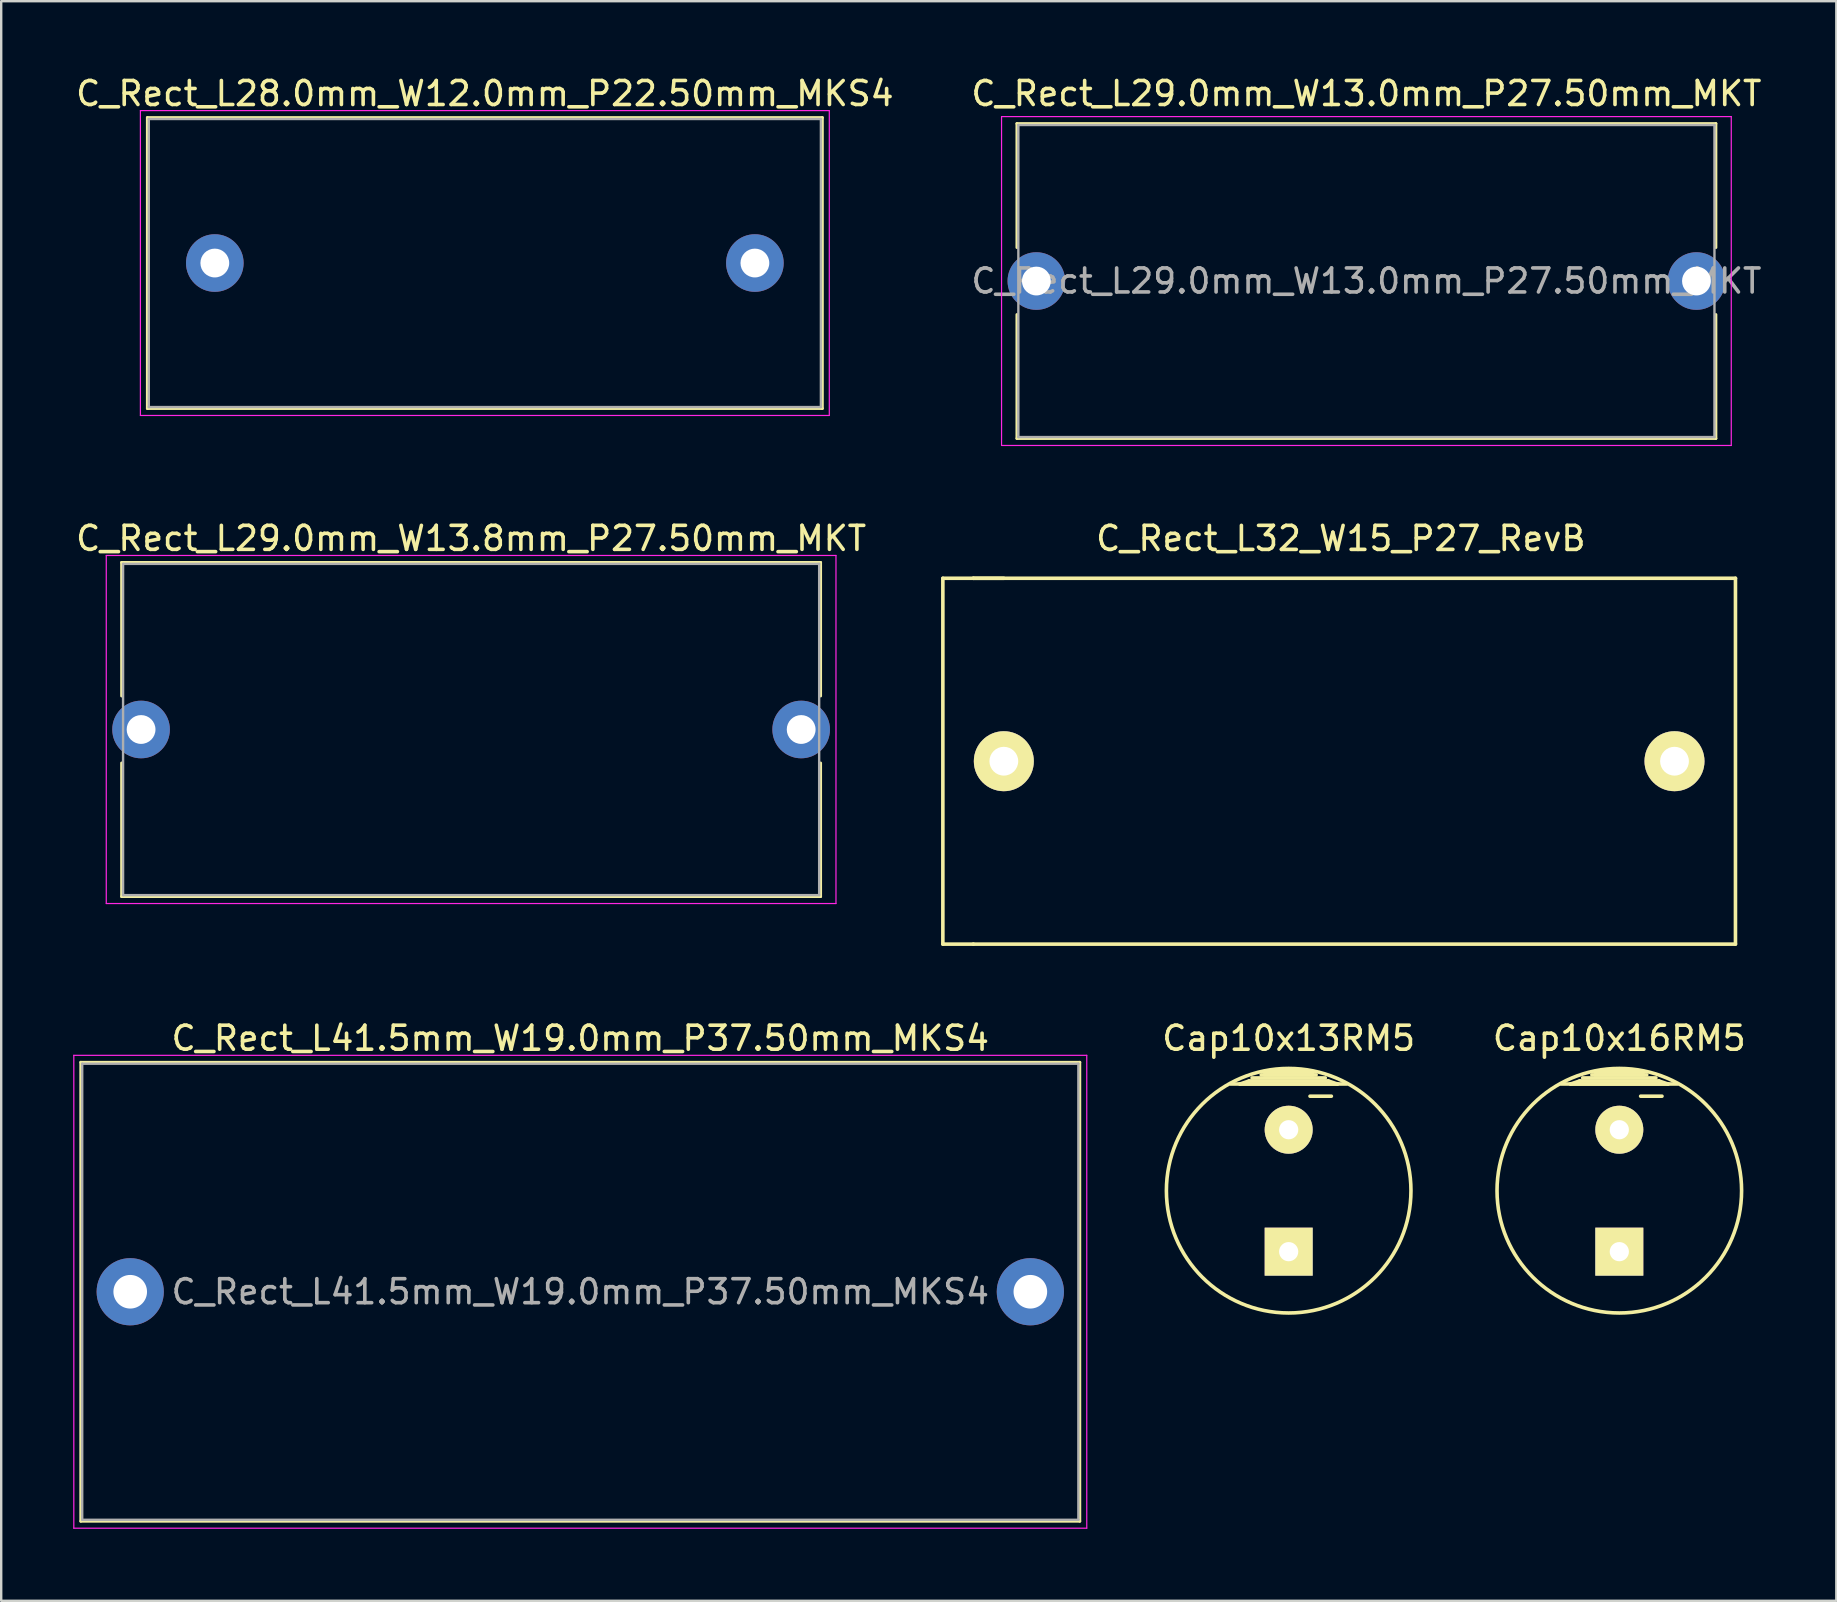
<source format=kicad_pcb>
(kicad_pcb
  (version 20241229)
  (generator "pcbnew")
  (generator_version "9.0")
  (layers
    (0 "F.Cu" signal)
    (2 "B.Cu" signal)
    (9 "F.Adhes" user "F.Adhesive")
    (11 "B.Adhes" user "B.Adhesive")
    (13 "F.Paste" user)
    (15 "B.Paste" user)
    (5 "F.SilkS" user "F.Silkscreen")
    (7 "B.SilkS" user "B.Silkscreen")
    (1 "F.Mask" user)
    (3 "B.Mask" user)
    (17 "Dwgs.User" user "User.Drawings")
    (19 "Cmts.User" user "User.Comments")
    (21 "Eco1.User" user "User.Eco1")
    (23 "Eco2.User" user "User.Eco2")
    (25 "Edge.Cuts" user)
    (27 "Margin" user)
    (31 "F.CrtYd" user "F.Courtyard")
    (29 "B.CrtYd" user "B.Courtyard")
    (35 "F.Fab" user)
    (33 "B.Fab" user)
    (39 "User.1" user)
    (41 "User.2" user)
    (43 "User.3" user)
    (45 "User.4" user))
  (footprint "C_Rect_L41.5mm_W19.0mm_P37.50mm_MKS4"
    (layer "F.Cu")
    (at 2.375 50.765)
    (property "Reference" "C_Rect_L41.5mm_W19.0mm_P37.50mm_MKS4" (at 18.75 -10.56 0) (layer "F.SilkS") (effects (font (size 1 1) (thickness 0.15))))
    (attr through_hole)
    (fp_line (start -2.06 -9.56) (end -2.06 9.56) (stroke (width 0.12) (type solid)) (layer "F.SilkS"))
    (fp_line (start -2.06 -9.56) (end 39.56 -9.56) (stroke (width 0.12) (type solid)) (layer "F.SilkS"))
    (fp_line (start -2.06 9.56) (end 39.56 9.56) (stroke (width 0.12) (type solid)) (layer "F.SilkS"))
    (fp_line (start 39.56 -9.56) (end 39.56 9.56) (stroke (width 0.12) (type solid)) (layer "F.SilkS"))
    (fp_line (start -2.35 -9.85) (end -2.35 9.85) (stroke (width 0.05) (type solid)) (layer "F.CrtYd"))
    (fp_line (start -2.35 9.85) (end 39.85 9.85) (stroke (width 0.05) (type solid)) (layer "F.CrtYd"))
    (fp_line (start 39.85 -9.85) (end -2.35 -9.85) (stroke (width 0.05) (type solid)) (layer "F.CrtYd"))
    (fp_line (start 39.85 9.85) (end 39.85 -9.85) (stroke (width 0.05) (type solid)) (layer "F.CrtYd"))
    (fp_line (start -2 -9.5) (end -2 9.5) (stroke (width 0.1) (type solid)) (layer "F.Fab"))
    (fp_line (start -2 9.5) (end 39.5 9.5) (stroke (width 0.1) (type solid)) (layer "F.Fab"))
    (fp_line (start 39.5 -9.5) (end -2 -9.5) (stroke (width 0.1) (type solid)) (layer "F.Fab"))
    (fp_line (start 39.5 9.5) (end 39.5 -9.5) (stroke (width 0.1) (type solid)) (layer "F.Fab"))
    (fp_text user "${REFERENCE}" (at 18.75 0 0) (layer "F.Fab") (effects (font (size 1 1) (thickness 0.15))))
    (pad "1" thru_hole circle (at 0 0) (size 2.8 2.8) (drill 1.4) (layers "*.Cu" "*.Mask"))
    (pad "2" thru_hole circle (at 37.5 0) (size 2.8 2.8) (drill 1.4) (layers "*.Cu" "*.Mask")))
  (footprint "C_Rect_L28.0mm_W12.0mm_P22.50mm_MKS4"
    (layer "F.Cu")
    (at 5.899 7.908)
    (property "Reference" "C_Rect_L28.0mm_W12.0mm_P22.50mm_MKS4" (at 11.25 -7.06 0) (layer "F.SilkS") (effects (font (size 1 1) (thickness 0.15))))
    (attr through_hole)
    (fp_line (start -2.81 -6.06) (end -2.81 6.06) (stroke (width 0.12) (type solid)) (layer "F.SilkS"))
    (fp_line (start -2.81 -6.06) (end 25.31 -6.06) (stroke (width 0.12) (type solid)) (layer "F.SilkS"))
    (fp_line (start -2.81 6.06) (end 25.31 6.06) (stroke (width 0.12) (type solid)) (layer "F.SilkS"))
    (fp_line (start 25.31 -6.06) (end 25.31 6.06) (stroke (width 0.12) (type solid)) (layer "F.SilkS"))
    (fp_line (start -3.1 -6.35) (end -3.1 6.35) (stroke (width 0.05) (type solid)) (layer "F.CrtYd"))
    (fp_line (start -3.1 6.35) (end 25.6 6.35) (stroke (width 0.05) (type solid)) (layer "F.CrtYd"))
    (fp_line (start 25.6 -6.35) (end -3.1 -6.35) (stroke (width 0.05) (type solid)) (layer "F.CrtYd"))
    (fp_line (start 25.6 6.35) (end 25.6 -6.35) (stroke (width 0.05) (type solid)) (layer "F.CrtYd"))
    (fp_line (start -2.75 -6) (end -2.75 6) (stroke (width 0.1) (type solid)) (layer "F.Fab"))
    (fp_line (start -2.75 6) (end 25.25 6) (stroke (width 0.1) (type solid)) (layer "F.Fab"))
    (fp_line (start 25.25 -6) (end -2.75 -6) (stroke (width 0.1) (type solid)) (layer "F.Fab"))
    (fp_line (start 25.25 6) (end 25.25 -6) (stroke (width 0.1) (type solid)) (layer "F.Fab"))
    (pad "1" thru_hole circle (at 0 0) (size 2.4 2.4) (drill 1.2) (layers "*.Cu" "*.Mask"))
    (pad "2" thru_hole circle (at 22.5 0) (size 2.4 2.4) (drill 1.2) (layers "*.Cu" "*.Mask")))
  (footprint "C_Rect_L29.0mm_W13.8mm_P27.50mm_MKT"
    (layer "F.Cu")
    (at 2.827 27.341)
    (property "Reference" "C_Rect_L29.0mm_W13.8mm_P27.50mm_MKT" (at 13.75 -7.96 0) (layer "F.SilkS") (effects (font (size 1 1) (thickness 0.15))))
    (attr through_hole)
    (fp_line (start -0.81 -6.96) (end -0.81 -1.395) (stroke (width 0.12) (type solid)) (layer "F.SilkS"))
    (fp_line (start -0.81 -6.96) (end 28.31 -6.96) (stroke (width 0.12) (type solid)) (layer "F.SilkS"))
    (fp_line (start -0.81 1.395) (end -0.81 6.96) (stroke (width 0.12) (type solid)) (layer "F.SilkS"))
    (fp_line (start -0.81 6.96) (end 28.31 6.96) (stroke (width 0.12) (type solid)) (layer "F.SilkS"))
    (fp_line (start 28.31 -6.96) (end 28.31 -1.395) (stroke (width 0.12) (type solid)) (layer "F.SilkS"))
    (fp_line (start 28.31 1.395) (end 28.31 6.96) (stroke (width 0.12) (type solid)) (layer "F.SilkS"))
    (fp_line (start -1.45 -7.25) (end -1.45 7.25) (stroke (width 0.05) (type solid)) (layer "F.CrtYd"))
    (fp_line (start -1.45 7.25) (end 28.95 7.25) (stroke (width 0.05) (type solid)) (layer "F.CrtYd"))
    (fp_line (start 28.95 -7.25) (end -1.45 -7.25) (stroke (width 0.05) (type solid)) (layer "F.CrtYd"))
    (fp_line (start 28.95 7.25) (end 28.95 -7.25) (stroke (width 0.05) (type solid)) (layer "F.CrtYd"))
    (fp_line (start -0.75 -6.9) (end -0.75 6.9) (stroke (width 0.1) (type solid)) (layer "F.Fab"))
    (fp_line (start -0.75 6.9) (end 28.25 6.9) (stroke (width 0.1) (type solid)) (layer "F.Fab"))
    (fp_line (start 28.25 -6.9) (end -0.75 -6.9) (stroke (width 0.1) (type solid)) (layer "F.Fab"))
    (fp_line (start 28.25 6.9) (end 28.25 -6.9) (stroke (width 0.1) (type solid)) (layer "F.Fab"))
    (pad "1" thru_hole circle (at 0 0) (size 2.4 2.4) (drill 1.2) (layers "*.Cu" "*.Mask"))
    (pad "2" thru_hole circle (at 27.5 0) (size 2.4 2.4) (drill 1.2) (layers "*.Cu" "*.Mask")))
  (footprint "C_Rect_L32_W15_P27_RevB"
    (layer "F.Cu")
    (at 52.77 28.662)
    (property "Reference" "C_Rect_L32_W15_P27_RevB" (at 0.04 -9.28 0) (layer "F.SilkS") (effects (font (size 1 1) (thickness 0.15))))
    (attr through_hole)
    (fp_line (start -16.54 -7.62) (end -16.54 7.62) (stroke (width 0.15) (type solid)) (layer "F.SilkS"))
    (fp_line (start -16.54 7.62) (end -15.27 7.62) (stroke (width 0.15) (type solid)) (layer "F.SilkS"))
    (fp_line (start -15.27 -7.62) (end -16.54 -7.62) (stroke (width 0.15) (type solid)) (layer "F.SilkS"))
    (fp_line (start -15.27 7.62) (end 16.48 7.62) (stroke (width 0.15) (type solid)) (layer "F.SilkS"))
    (fp_line (start -14 -7.62) (end -15.27 -7.62) (stroke (width 0.15) (type solid)) (layer "F.SilkS"))
    (fp_line (start 16.48 -7.62) (end -15.27 -7.62) (stroke (width 0.15) (type solid)) (layer "F.SilkS"))
    (fp_line (start 16.48 7.62) (end 16.48 -7.62) (stroke (width 0.15) (type solid)) (layer "F.SilkS"))
    (pad "1" thru_hole circle (at 13.94 0) (size 2.499 2.499) (drill 1.199) (layers "*.Cu" "*.Mask" "F.SilkS"))
    (pad "2" thru_hole circle (at -14 0) (size 2.499 2.499) (drill 1.199) (layers "*.Cu" "*.Mask" "F.SilkS")))
  (footprint "Cap10x16RM5"
    (layer "F.Cu")
    (at 64.411 46.555)
    (property "Reference" "Cap10x16RM5" (at 0 -6.35 0) (layer "F.SilkS") (effects (font (size 1 1) (thickness 0.15))))
    (attr through_hole)
    (fp_line (start -2.413 -4.445) (end 2.413 -4.445) (stroke (width 0.15) (type solid)) (layer "F.SilkS"))
    (fp_line (start -2.032 -4.445) (end -1.651 -4.572) (stroke (width 0.15) (type solid)) (layer "F.SilkS"))
    (fp_line (start -1.651 -4.572) (end 1.651 -4.572) (stroke (width 0.15) (type solid)) (layer "F.SilkS"))
    (fp_line (start -1.524 -4.699) (end 1.524 -4.699) (stroke (width 0.15) (type solid)) (layer "F.SilkS"))
    (fp_line (start -1.016 -4.826) (end 1.016 -4.826) (stroke (width 0.15) (type solid)) (layer "F.SilkS"))
    (fp_line (start 0.889 -3.937) (end 1.778 -3.937) (stroke (width 0.15) (type solid)) (layer "F.SilkS"))
    (fp_line (start 1.016 -4.953) (end -1.016 -4.953) (stroke (width 0.15) (type solid)) (layer "F.SilkS"))
    (fp_line (start 1.143 -4.826) (end -1.143 -4.826) (stroke (width 0.15) (type solid)) (layer "F.SilkS"))
    (fp_line (start 1.651 -4.572) (end 2.032 -4.445) (stroke (width 0.15) (type solid)) (layer "F.SilkS"))
    (fp_line (start 2.032 -4.445) (end -2.032 -4.445) (stroke (width 0.15) (type solid)) (layer "F.SilkS"))
    (fp_circle (center 0 0) (end 5.08 0.381) (stroke (width 0.15) (type solid)) (fill no) (layer "F.SilkS"))
    (pad "1" thru_hole rect (at 0 2.54) (size 1.999 1.999) (drill 0.8) (layers "*.Cu" "*.Mask" "F.SilkS"))
    (pad "2" thru_hole circle (at 0 -2.54) (size 1.999 1.999) (drill 0.8) (layers "*.Cu" "*.Mask" "F.SilkS")))
  (footprint "Cap10x13RM5"
    (layer "F.Cu")
    (at 50.637 46.555)
    (property "Reference" "Cap10x13RM5" (at 0 -6.35 0) (layer "F.SilkS") (effects (font (size 1 1) (thickness 0.15))))
    (attr through_hole)
    (fp_line (start -2.413 -4.445) (end 2.413 -4.445) (stroke (width 0.15) (type solid)) (layer "F.SilkS"))
    (fp_line (start -2.032 -4.445) (end -1.651 -4.572) (stroke (width 0.15) (type solid)) (layer "F.SilkS"))
    (fp_line (start -1.651 -4.572) (end 1.651 -4.572) (stroke (width 0.15) (type solid)) (layer "F.SilkS"))
    (fp_line (start -1.524 -4.699) (end 1.524 -4.699) (stroke (width 0.15) (type solid)) (layer "F.SilkS"))
    (fp_line (start -1.016 -4.826) (end 1.016 -4.826) (stroke (width 0.15) (type solid)) (layer "F.SilkS"))
    (fp_line (start 0.889 -3.937) (end 1.778 -3.937) (stroke (width 0.15) (type solid)) (layer "F.SilkS"))
    (fp_line (start 1.016 -4.953) (end -1.016 -4.953) (stroke (width 0.15) (type solid)) (layer "F.SilkS"))
    (fp_line (start 1.143 -4.826) (end -1.143 -4.826) (stroke (width 0.15) (type solid)) (layer "F.SilkS"))
    (fp_line (start 1.651 -4.572) (end 2.032 -4.445) (stroke (width 0.15) (type solid)) (layer "F.SilkS"))
    (fp_line (start 2.032 -4.445) (end -2.032 -4.445) (stroke (width 0.15) (type solid)) (layer "F.SilkS"))
    (fp_circle (center 0 0) (end 5.08 0.381) (stroke (width 0.15) (type solid)) (fill no) (layer "F.SilkS"))
    (pad "1" thru_hole rect (at 0 2.54) (size 1.999 1.999) (drill 0.8) (layers "*.Cu" "*.Mask" "F.SilkS"))
    (pad "2" thru_hole circle (at 0 -2.54) (size 1.999 1.999) (drill 0.8) (layers "*.Cu" "*.Mask" "F.SilkS")))
  (footprint "C_Rect_L29.0mm_W13.0mm_P27.50mm_MKT"
    (layer "F.Cu")
    (at 40.125 8.658)
    (property "Reference" "C_Rect_L29.0mm_W13.0mm_P27.50mm_MKT" (at 13.75 -7.81 0) (layer "F.SilkS") (effects (font (size 1 1) (thickness 0.15))))
    (attr through_hole)
    (fp_line (start -0.81 -6.56) (end -0.81 -1.395) (stroke (width 0.12) (type solid)) (layer "F.SilkS"))
    (fp_line (start -0.81 -6.56) (end 28.31 -6.56) (stroke (width 0.12) (type solid)) (layer "F.SilkS"))
    (fp_line (start -0.81 1.395) (end -0.81 6.56) (stroke (width 0.12) (type solid)) (layer "F.SilkS"))
    (fp_line (start -0.81 6.56) (end 28.31 6.56) (stroke (width 0.12) (type solid)) (layer "F.SilkS"))
    (fp_line (start 28.31 -6.56) (end 28.31 -1.395) (stroke (width 0.12) (type solid)) (layer "F.SilkS"))
    (fp_line (start 28.31 1.395) (end 28.31 6.56) (stroke (width 0.12) (type solid)) (layer "F.SilkS"))
    (fp_line (start -1.45 -6.85) (end -1.45 6.85) (stroke (width 0.05) (type solid)) (layer "F.CrtYd"))
    (fp_line (start -1.45 6.85) (end 28.95 6.85) (stroke (width 0.05) (type solid)) (layer "F.CrtYd"))
    (fp_line (start 28.95 -6.85) (end -1.45 -6.85) (stroke (width 0.05) (type solid)) (layer "F.CrtYd"))
    (fp_line (start 28.95 6.85) (end 28.95 -6.85) (stroke (width 0.05) (type solid)) (layer "F.CrtYd"))
    (fp_line (start -0.75 -6.5) (end -0.75 6.5) (stroke (width 0.1) (type solid)) (layer "F.Fab"))
    (fp_line (start -0.75 6.5) (end 28.25 6.5) (stroke (width 0.1) (type solid)) (layer "F.Fab"))
    (fp_line (start 28.25 -6.5) (end -0.75 -6.5) (stroke (width 0.1) (type solid)) (layer "F.Fab"))
    (fp_line (start 28.25 6.5) (end 28.25 -6.5) (stroke (width 0.1) (type solid)) (layer "F.Fab"))
    (fp_text user "${REFERENCE}" (at 13.75 0 0) (layer "F.Fab") (effects (font (size 1 1) (thickness 0.15))))
    (pad "1" thru_hole circle (at 0 0) (size 2.4 2.4) (drill 1.2) (layers "*.Cu" "*.Mask"))
    (pad "2" thru_hole circle (at 27.5 0) (size 2.4 2.4) (drill 1.2) (layers "*.Cu" "*.Mask")))
  (gr_rect
    (start -3 -3)
    (end 73.452 63.64)
    (stroke (width 0.1) (type default))
    (fill no)
    (layer "Edge.Cuts")))
</source>
